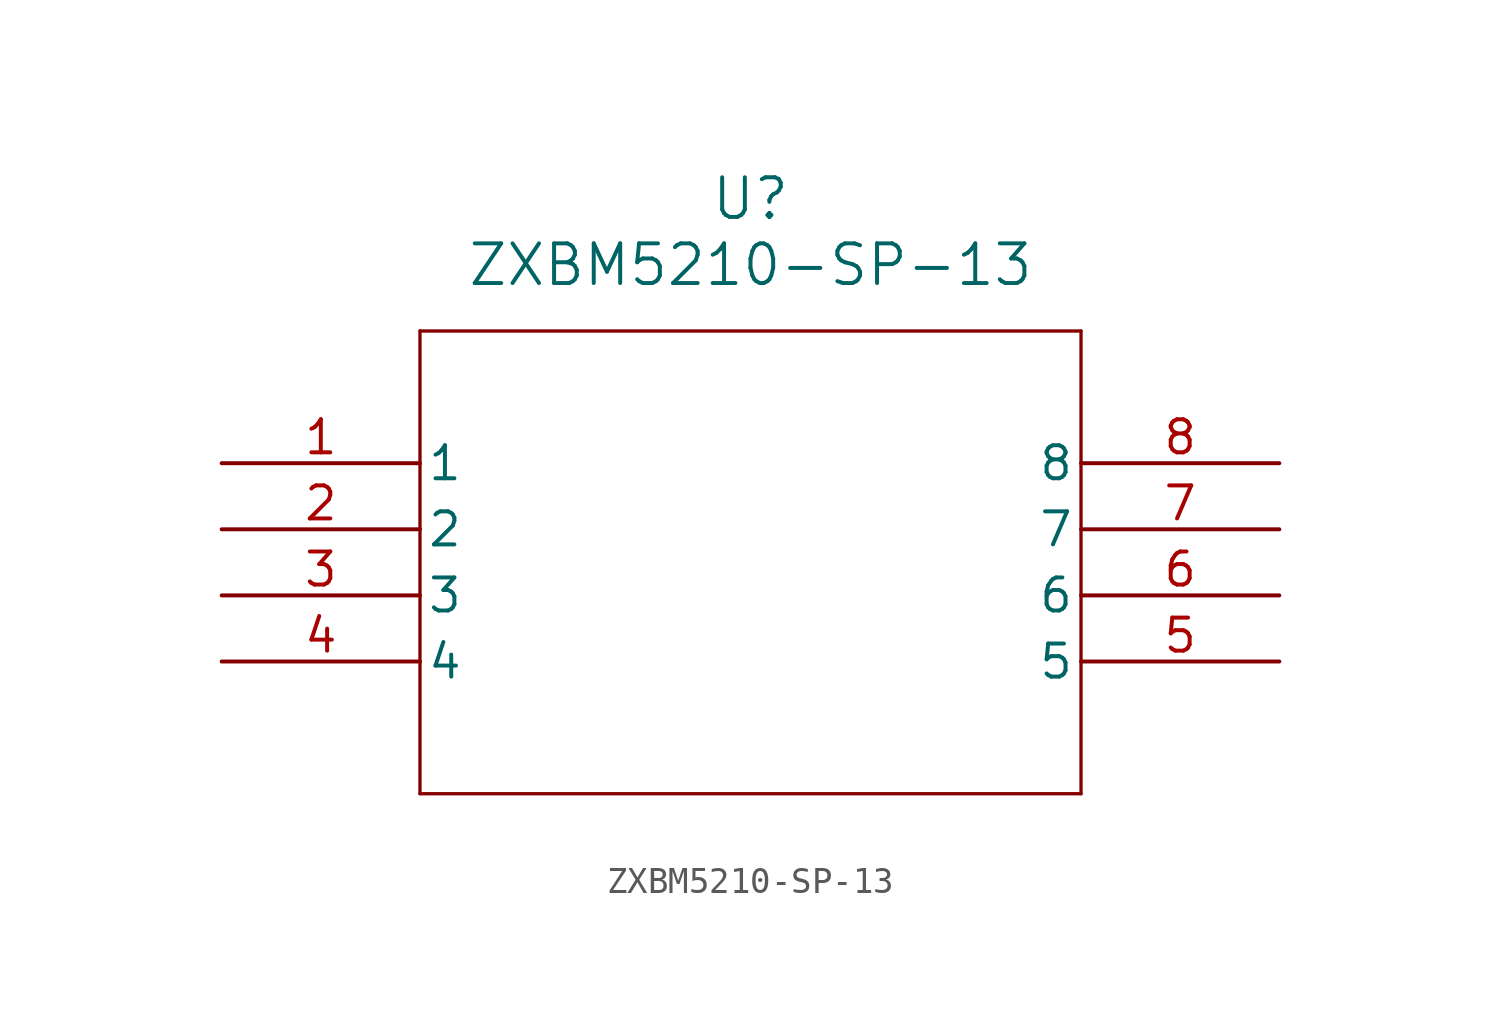
<source format=kicad_sym>
(kicad_symbol_lib
  (version 20211014)
  (generator kicad_symbol_editor)
  (symbol "ZXBM5210-SP-13"
    (pin_names
      (offset 0.254))
    (property "Reference" "U"
      (at 20.32 10.16 0)
      (effects (font (size 1.524 1.524))))
    (property "Value" "ZXBM5210-SP-13"
      (at 20.32 7.62 0)
      (effects (font (size 1.524 1.524))))
    (symbol "ZXBM5210-SP-13_0_1"
      (polyline (pts (xy 7.62 5.08) (xy 7.62 -12.7)) (stroke (width 0.127) (type default) (color 0 0 0 0)) (fill (type none)))
      (polyline (pts (xy 7.62 -12.7) (xy 33.02 -12.7)) (stroke (width 0.127) (type default) (color 0 0 0 0)) (fill (type none)))
      (polyline (pts (xy 33.02 -12.7) (xy 33.02 5.08)) (stroke (width 0.127) (type default) (color 0 0 0 0)) (fill (type none)))
      (polyline (pts (xy 33.02 5.08) (xy 7.62 5.08)) (stroke (width 0.127) (type default) (color 0 0 0 0)) (fill (type none)))
      (pin unspecified line (at 0 0 0) (length 7.62) (name "1" (effects (font (size 1.27 1.27)))) (number "1" (effects (font (size 1.27 1.27)))))
      (pin unspecified line (at 0 -2.54 0) (length 7.62) (name "2" (effects (font (size 1.27 1.27)))) (number "2" (effects (font (size 1.27 1.27)))))
      (pin unspecified line (at 0 -5.08 0) (length 7.62) (name "3" (effects (font (size 1.27 1.27)))) (number "3" (effects (font (size 1.27 1.27)))))
      (pin unspecified line (at 0 -7.62 0) (length 7.62) (name "4" (effects (font (size 1.27 1.27)))) (number "4" (effects (font (size 1.27 1.27)))))
      (pin unspecified line (at 40.64 -7.62 180) (length 7.62) (name "5" (effects (font (size 1.27 1.27)))) (number "5" (effects (font (size 1.27 1.27)))))
      (pin unspecified line (at 40.64 -5.08 180) (length 7.62) (name "6" (effects (font (size 1.27 1.27)))) (number "6" (effects (font (size 1.27 1.27)))))
      (pin unspecified line (at 40.64 -2.54 180) (length 7.62) (name "7" (effects (font (size 1.27 1.27)))) (number "7" (effects (font (size 1.27 1.27)))))
      (pin unspecified line (at 40.64 0 180) (length 7.62) (name "8" (effects (font (size 1.27 1.27)))) (number "8" (effects (font (size 1.27 1.27))))))))
</source>
